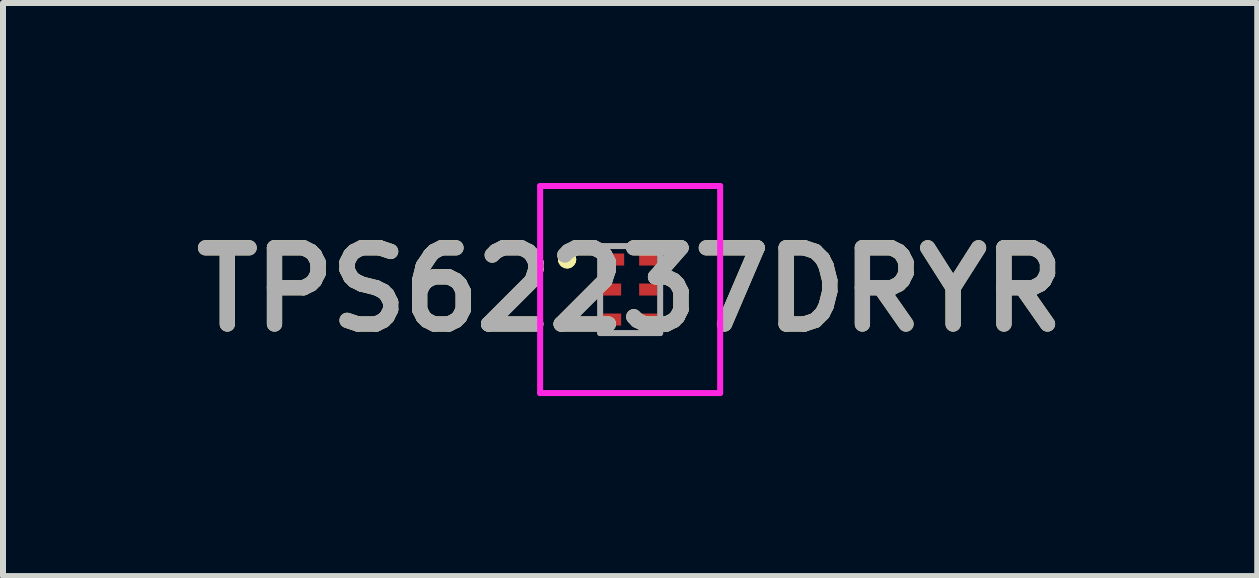
<source format=kicad_pcb>
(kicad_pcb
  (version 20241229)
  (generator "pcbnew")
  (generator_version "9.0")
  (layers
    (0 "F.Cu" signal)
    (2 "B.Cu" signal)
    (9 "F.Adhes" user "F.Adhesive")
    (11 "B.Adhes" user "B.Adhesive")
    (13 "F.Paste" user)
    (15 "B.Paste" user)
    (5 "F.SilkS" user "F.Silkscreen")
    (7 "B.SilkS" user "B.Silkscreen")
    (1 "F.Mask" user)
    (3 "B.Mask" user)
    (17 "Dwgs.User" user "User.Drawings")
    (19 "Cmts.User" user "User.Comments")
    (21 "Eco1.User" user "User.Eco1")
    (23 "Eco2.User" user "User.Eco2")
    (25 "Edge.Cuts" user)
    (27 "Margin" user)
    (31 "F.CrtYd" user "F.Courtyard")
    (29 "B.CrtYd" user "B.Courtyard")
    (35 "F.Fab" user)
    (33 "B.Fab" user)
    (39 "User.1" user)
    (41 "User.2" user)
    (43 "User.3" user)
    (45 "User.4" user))
  (footprint "TPS62237DRYR"
    (layer "F.Cu")
    (at 7.451 1.775)
    (property "Reference" "TPS62237DRYR" (at 0 0 0) (layer "F.SilkS") (effects (font (size 1.27 1.27) (thickness 0.254))))
    (attr smd)
    (fp_line (start -1.1 -0.5) (end -1.1 -0.5) (stroke (width 0.2) (type solid)) (layer "F.SilkS"))
    (fp_line (start -1.1 -0.5) (end -1.1 -0.5) (stroke (width 0.2) (type solid)) (layer "F.SilkS"))
    (fp_line (start -1 -0.5) (end -1 -0.5) (stroke (width 0.2) (type solid)) (layer "F.SilkS"))
    (fp_arc (start -1.1 -0.5) (mid -1.05 -0.55) (end -1 -0.5) (stroke (width 0.2) (type solid)) (layer "F.SilkS"))
    (fp_arc (start -1 -0.5) (mid -1.05 -0.45) (end -1.1 -0.5) (stroke (width 0.2) (type solid)) (layer "F.SilkS"))
    (fp_arc (start -1 -0.5) (mid -1.05 -0.45) (end -1.1 -0.5) (stroke (width 0.2) (type solid)) (layer "F.SilkS"))
    (fp_line (start -1.5 -1.725) (end 1.5 -1.725) (stroke (width 0.1) (type solid)) (layer "F.CrtYd"))
    (fp_line (start -1.5 1.725) (end -1.5 -1.725) (stroke (width 0.1) (type solid)) (layer "F.CrtYd"))
    (fp_line (start 1.5 -1.725) (end 1.5 1.725) (stroke (width 0.1) (type solid)) (layer "F.CrtYd"))
    (fp_line (start 1.5 1.725) (end -1.5 1.725) (stroke (width 0.1) (type solid)) (layer "F.CrtYd"))
    (fp_line (start -0.5 -0.725) (end -0.5 0.725) (stroke (width 0.1) (type solid)) (layer "F.Fab"))
    (fp_line (start -0.5 0.725) (end 0.5 0.725) (stroke (width 0.1) (type solid)) (layer "F.Fab"))
    (fp_line (start 0.5 -0.725) (end -0.5 -0.725) (stroke (width 0.1) (type solid)) (layer "F.Fab"))
    (fp_line (start 0.5 0.725) (end 0.5 -0.725) (stroke (width 0.1) (type solid)) (layer "F.Fab"))
    (fp_text user "${REFERENCE}" (at 0 0 0) (layer "F.Fab") (effects (font (size 1.27 1.27) (thickness 0.254))))
    (pad "1" smd rect (at -0.275 -0.5 90) (size 0.2 0.35) (layers "F.Cu" "F.Mask" "F.Paste"))
    (pad "2" smd rect (at -0.3 0 90) (size 0.2 0.3) (layers "F.Cu" "F.Mask" "F.Paste"))
    (pad "3" smd rect (at -0.3 0.5 90) (size 0.2 0.3) (layers "F.Cu" "F.Mask" "F.Paste"))
    (pad "4" smd rect (at 0.3 0.5 90) (size 0.2 0.3) (layers "F.Cu" "F.Mask" "F.Paste"))
    (pad "5" smd rect (at 0.3 0 90) (size 0.2 0.3) (layers "F.Cu" "F.Mask" "F.Paste"))
    (pad "6" smd rect (at 0.3 -0.5 90) (size 0.2 0.3) (layers "F.Cu" "F.Mask" "F.Paste")))
  (gr_rect
    (start -3 -3)
    (end 17.901 6.55)
    (stroke (width 0.1) (type default))
    (fill no)
    (layer "Edge.Cuts")))
</source>
